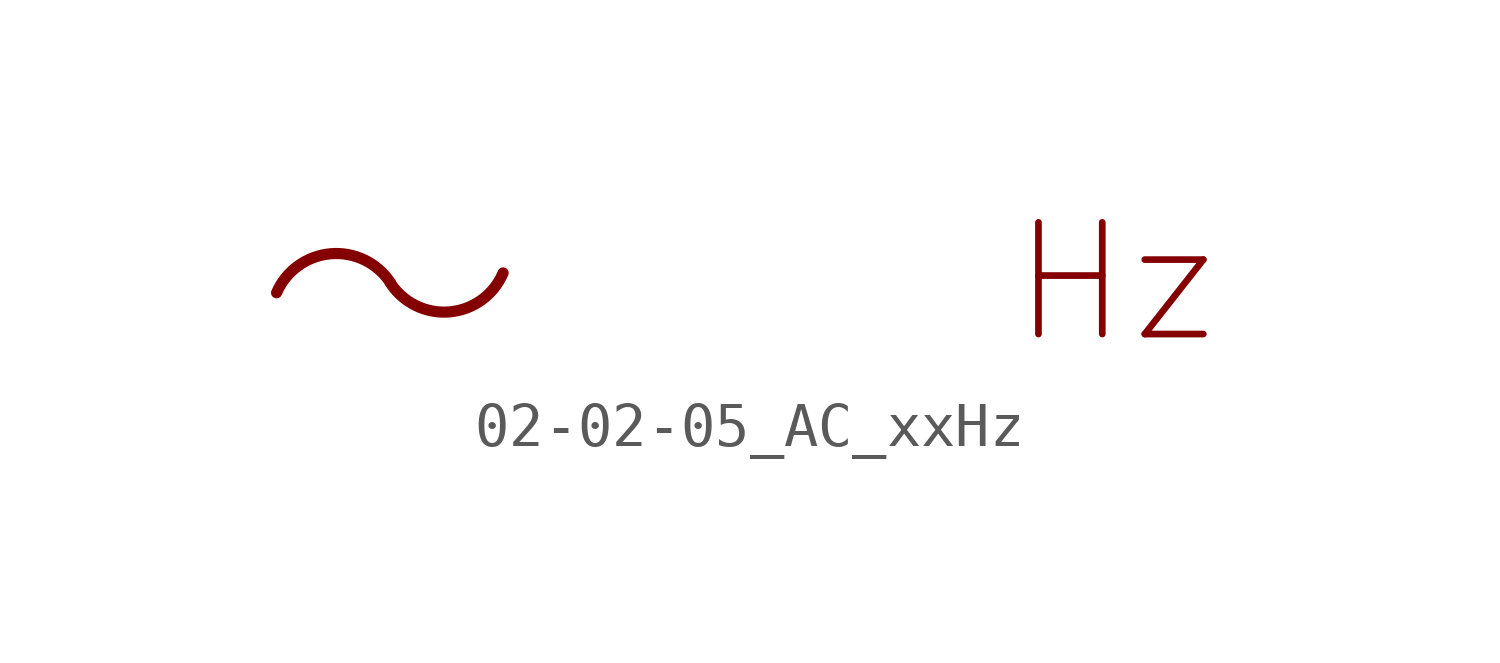
<source format=kicad_sym>
(kicad_symbol_lib
  (version 20200827)
  (generator kicad_symbol_editor)
  (symbol "Symbol_IEC_60617-2:02-02-05_AC_xxHz"
    (pin_numbers hide)
    (pin_names
      (offset 0) hide)
    (property "Reference" "#SYM"
      (at 0 5.08 0)
      (effects (font (size 1.27 1.27)) hide))
    (symbol "02-02-05_AC_xxHz_1_1"
      (arc (start 0.0145 0.0012) (end -2.5763 -0.2274) (radius (at -1.2192 -0.8128) (length 1.478) (angles 33.4 156.7)) (stroke (width 0.254)) (fill (type none)))
      (arc (start 2.577 0.2224) (end 0.0116 -0.0062) (radius (at 1.2337 0.7886) (length 1.4578) (angles -22.9 -147)) (stroke (width 0.254)) (fill (type none))))
    (symbol "02-02-05_AC_xxHz_0_0"
      (text "Hz" (at 16.51 0 0) (effects (font (size 2.54 2.54)))))))
</source>
